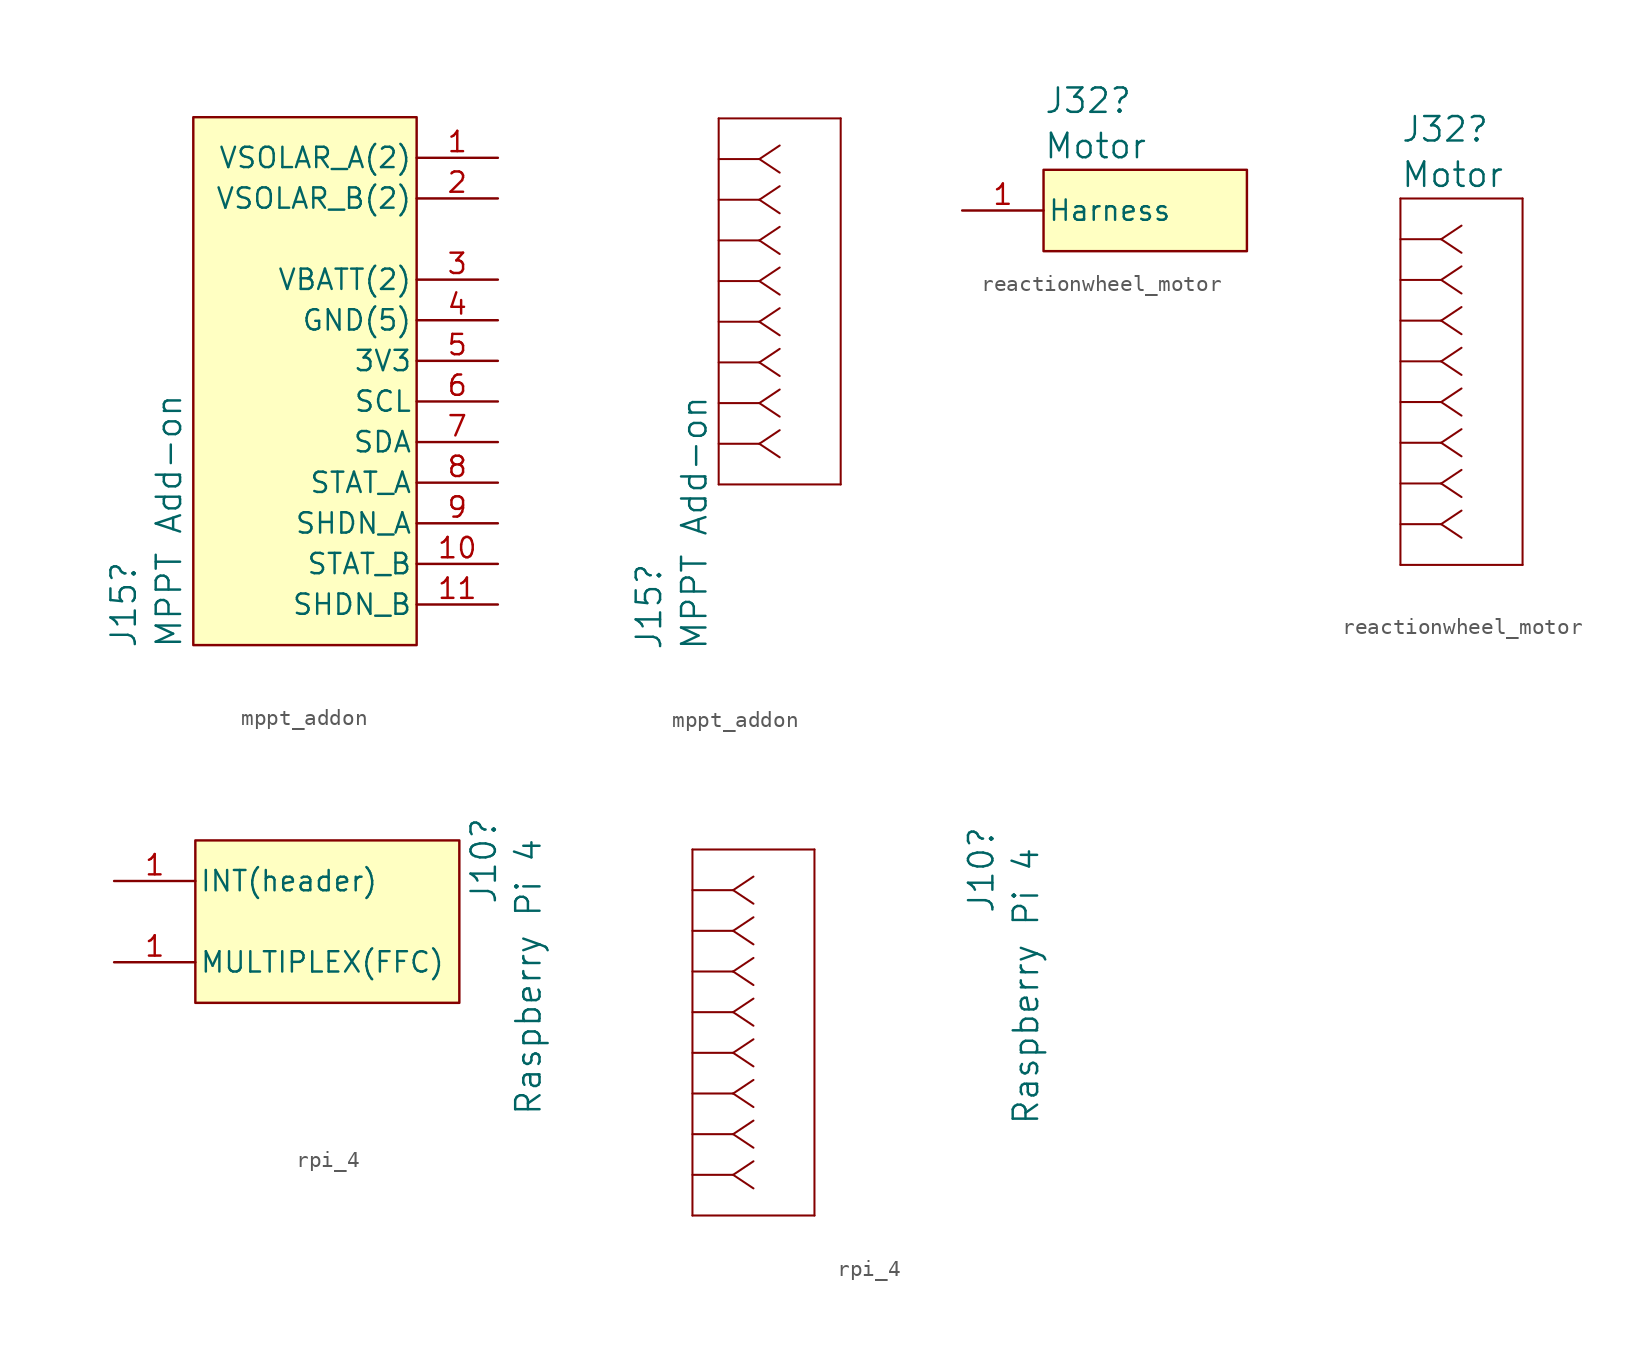
<source format=kicad_sym>
(kicad_symbol_lib
  (version 20241209)
  (generator "kicad_symbol_editor")
  (generator_version "9.0")
  (symbol "mppt_addon"
    (pin_names
      (offset 0.254))
    (property "Reference" "J15"
      (at 0.723 -30.734 90)
      (effects (font (size 1.524 1.524)) (justify left)))
    (property "Value" "MPPT Add-on"
      (at 3.556 -30.734 90)
      (effects (font (size 1.524 1.524)) (justify left)))
    (symbol "mppt_addon_1_1"
      (rectangle (start 5.08 2.54) (end 19.05 -30.48) (stroke (width 0) (type default)) (fill (type background)))
      (pin passive line (at 24.13 0 180) (length 5.08) (name "VSOLAR_A(2)" (effects (font (size 1.27 1.27)))) (number "1" (effects (font (size 1.27 1.27)))))
      (pin passive line (at 24.13 -2.54 180) (length 5.08) (name "VSOLAR_B(2)" (effects (font (size 1.27 1.27)))) (number "2" (effects (font (size 1.27 1.27)))))
      (pin passive line (at 24.13 -7.62 180) (length 5.08) (name "VBATT(2)" (effects (font (size 1.27 1.27)))) (number "3" (effects (font (size 1.27 1.27)))))
      (pin passive line (at 24.13 -10.16 180) (length 5.08) (name "GND(5)" (effects (font (size 1.27 1.27)))) (number "4" (effects (font (size 1.27 1.27)))))
      (pin passive line (at 24.13 -12.7 180) (length 5.08) (name "3V3" (effects (font (size 1.27 1.27)))) (number "5" (effects (font (size 1.27 1.27)))))
      (pin passive line (at 24.13 -15.24 180) (length 5.08) (name "SCL" (effects (font (size 1.27 1.27)))) (number "6" (effects (font (size 1.27 1.27)))))
      (pin passive line (at 24.13 -17.78 180) (length 5.08) (name "SDA" (effects (font (size 1.27 1.27)))) (number "7" (effects (font (size 1.27 1.27)))))
      (pin passive line (at 24.13 -20.32 180) (length 5.08) (name "STAT_A" (effects (font (size 1.27 1.27)))) (number "8" (effects (font (size 1.27 1.27)))))
      (pin passive line (at 24.13 -22.86 180) (length 5.08) (name "SHDN_A" (effects (font (size 1.27 1.27)))) (number "9" (effects (font (size 1.27 1.27)))))
      (pin passive line (at 24.13 -25.4 180) (length 5.08) (name "STAT_B" (effects (font (size 1.27 1.27)))) (number "10" (effects (font (size 1.27 1.27)))))
      (pin passive line (at 24.13 -27.94 180) (length 5.08) (name "SHDN_B" (effects (font (size 1.27 1.27)))) (number "11" (effects (font (size 1.27 1.27))))))
    (symbol "mppt_addon_1_2"
      (polyline (pts (xy 5.08 2.54) (xy 5.08 -20.32)) (stroke (width 0.127) (type default)) (fill (type none)))
      (polyline (pts (xy 5.08 -20.32) (xy 12.7 -20.32)) (stroke (width 0.127) (type default)) (fill (type none)))
      (polyline (pts (xy 7.62 0) (xy 5.08 0)) (stroke (width 0.127) (type default)) (fill (type none)))
      (polyline (pts (xy 7.62 0) (xy 8.89 0.847)) (stroke (width 0.127) (type default)) (fill (type none)))
      (polyline (pts (xy 7.62 0) (xy 8.89 -0.847)) (stroke (width 0.127) (type default)) (fill (type none)))
      (polyline (pts (xy 7.62 -2.54) (xy 5.08 -2.54)) (stroke (width 0.127) (type default)) (fill (type none)))
      (polyline (pts (xy 7.62 -2.54) (xy 8.89 -1.693)) (stroke (width 0.127) (type default)) (fill (type none)))
      (polyline (pts (xy 7.62 -2.54) (xy 8.89 -3.387)) (stroke (width 0.127) (type default)) (fill (type none)))
      (polyline (pts (xy 7.62 -5.08) (xy 5.08 -5.08)) (stroke (width 0.127) (type default)) (fill (type none)))
      (polyline (pts (xy 7.62 -5.08) (xy 8.89 -4.233)) (stroke (width 0.127) (type default)) (fill (type none)))
      (polyline (pts (xy 7.62 -5.08) (xy 8.89 -5.927)) (stroke (width 0.127) (type default)) (fill (type none)))
      (polyline (pts (xy 7.62 -7.62) (xy 5.08 -7.62)) (stroke (width 0.127) (type default)) (fill (type none)))
      (polyline (pts (xy 7.62 -7.62) (xy 8.89 -6.773)) (stroke (width 0.127) (type default)) (fill (type none)))
      (polyline (pts (xy 7.62 -7.62) (xy 8.89 -8.467)) (stroke (width 0.127) (type default)) (fill (type none)))
      (polyline (pts (xy 7.62 -10.16) (xy 5.08 -10.16)) (stroke (width 0.127) (type default)) (fill (type none)))
      (polyline (pts (xy 7.62 -10.16) (xy 8.89 -9.313)) (stroke (width 0.127) (type default)) (fill (type none)))
      (polyline (pts (xy 7.62 -10.16) (xy 8.89 -11.007)) (stroke (width 0.127) (type default)) (fill (type none)))
      (polyline (pts (xy 7.62 -12.7) (xy 5.08 -12.7)) (stroke (width 0.127) (type default)) (fill (type none)))
      (polyline (pts (xy 7.62 -12.7) (xy 8.89 -11.853)) (stroke (width 0.127) (type default)) (fill (type none)))
      (polyline (pts (xy 7.62 -12.7) (xy 8.89 -13.547)) (stroke (width 0.127) (type default)) (fill (type none)))
      (polyline (pts (xy 7.62 -15.24) (xy 5.08 -15.24)) (stroke (width 0.127) (type default)) (fill (type none)))
      (polyline (pts (xy 7.62 -15.24) (xy 8.89 -14.393)) (stroke (width 0.127) (type default)) (fill (type none)))
      (polyline (pts (xy 7.62 -15.24) (xy 8.89 -16.087)) (stroke (width 0.127) (type default)) (fill (type none)))
      (polyline (pts (xy 7.62 -17.78) (xy 5.08 -17.78)) (stroke (width 0.127) (type default)) (fill (type none)))
      (polyline (pts (xy 7.62 -17.78) (xy 8.89 -16.933)) (stroke (width 0.127) (type default)) (fill (type none)))
      (polyline (pts (xy 7.62 -17.78) (xy 8.89 -18.627)) (stroke (width 0.127) (type default)) (fill (type none)))
      (polyline (pts (xy 12.7 2.54) (xy 5.08 2.54)) (stroke (width 0.127) (type default)) (fill (type none)))
      (polyline (pts (xy 12.7 -20.32) (xy 12.7 2.54)) (stroke (width 0.127) (type default)) (fill (type none)))))
  (symbol "reactionwheel_motor"
    (pin_names
      (offset 0.254))
    (property "Reference" "J32"
      (at 5.08 6.858 0)
      (effects (font (size 1.524 1.524)) (justify left)))
    (property "Value" "Motor"
      (at 5.08 4.025 0)
      (effects (font (size 1.524 1.524)) (justify left)))
    (symbol "reactionwheel_motor_1_1"
      (rectangle (start 5.08 2.54) (end 17.78 -2.54) (stroke (width 0) (type default)) (fill (type background)))
      (pin passive line (at 0 0 0) (length 5.08) (name "Harness" (effects (font (size 1.27 1.27)))) (number "1" (effects (font (size 1.27 1.27))))))
    (symbol "reactionwheel_motor_1_2"
      (polyline (pts (xy 5.08 2.54) (xy 5.08 -20.32)) (stroke (width 0.127) (type default)) (fill (type none)))
      (polyline (pts (xy 5.08 -20.32) (xy 12.7 -20.32)) (stroke (width 0.127) (type default)) (fill (type none)))
      (polyline (pts (xy 7.62 0) (xy 5.08 0)) (stroke (width 0.127) (type default)) (fill (type none)))
      (polyline (pts (xy 7.62 0) (xy 8.89 0.847)) (stroke (width 0.127) (type default)) (fill (type none)))
      (polyline (pts (xy 7.62 0) (xy 8.89 -0.847)) (stroke (width 0.127) (type default)) (fill (type none)))
      (polyline (pts (xy 7.62 -2.54) (xy 5.08 -2.54)) (stroke (width 0.127) (type default)) (fill (type none)))
      (polyline (pts (xy 7.62 -2.54) (xy 8.89 -1.693)) (stroke (width 0.127) (type default)) (fill (type none)))
      (polyline (pts (xy 7.62 -2.54) (xy 8.89 -3.387)) (stroke (width 0.127) (type default)) (fill (type none)))
      (polyline (pts (xy 7.62 -5.08) (xy 5.08 -5.08)) (stroke (width 0.127) (type default)) (fill (type none)))
      (polyline (pts (xy 7.62 -5.08) (xy 8.89 -4.233)) (stroke (width 0.127) (type default)) (fill (type none)))
      (polyline (pts (xy 7.62 -5.08) (xy 8.89 -5.927)) (stroke (width 0.127) (type default)) (fill (type none)))
      (polyline (pts (xy 7.62 -7.62) (xy 5.08 -7.62)) (stroke (width 0.127) (type default)) (fill (type none)))
      (polyline (pts (xy 7.62 -7.62) (xy 8.89 -6.773)) (stroke (width 0.127) (type default)) (fill (type none)))
      (polyline (pts (xy 7.62 -7.62) (xy 8.89 -8.467)) (stroke (width 0.127) (type default)) (fill (type none)))
      (polyline (pts (xy 7.62 -10.16) (xy 5.08 -10.16)) (stroke (width 0.127) (type default)) (fill (type none)))
      (polyline (pts (xy 7.62 -10.16) (xy 8.89 -9.313)) (stroke (width 0.127) (type default)) (fill (type none)))
      (polyline (pts (xy 7.62 -10.16) (xy 8.89 -11.007)) (stroke (width 0.127) (type default)) (fill (type none)))
      (polyline (pts (xy 7.62 -12.7) (xy 5.08 -12.7)) (stroke (width 0.127) (type default)) (fill (type none)))
      (polyline (pts (xy 7.62 -12.7) (xy 8.89 -11.853)) (stroke (width 0.127) (type default)) (fill (type none)))
      (polyline (pts (xy 7.62 -12.7) (xy 8.89 -13.547)) (stroke (width 0.127) (type default)) (fill (type none)))
      (polyline (pts (xy 7.62 -15.24) (xy 5.08 -15.24)) (stroke (width 0.127) (type default)) (fill (type none)))
      (polyline (pts (xy 7.62 -15.24) (xy 8.89 -14.393)) (stroke (width 0.127) (type default)) (fill (type none)))
      (polyline (pts (xy 7.62 -15.24) (xy 8.89 -16.087)) (stroke (width 0.127) (type default)) (fill (type none)))
      (polyline (pts (xy 7.62 -17.78) (xy 5.08 -17.78)) (stroke (width 0.127) (type default)) (fill (type none)))
      (polyline (pts (xy 7.62 -17.78) (xy 8.89 -16.933)) (stroke (width 0.127) (type default)) (fill (type none)))
      (polyline (pts (xy 7.62 -17.78) (xy 8.89 -18.627)) (stroke (width 0.127) (type default)) (fill (type none)))
      (polyline (pts (xy 12.7 2.54) (xy 5.08 2.54)) (stroke (width 0.127) (type default)) (fill (type none)))
      (polyline (pts (xy 12.7 -20.32) (xy 12.7 2.54)) (stroke (width 0.127) (type default)) (fill (type none)))))
  (symbol "rpi_4"
    (pin_names
      (offset 0.254))
    (property "Reference" "J10"
      (at 23.114 -1.524 90)
      (effects (font (size 1.524 1.524)) (justify left)))
    (property "Value" "Raspberry Pi 4"
      (at 25.908 -14.732 90)
      (effects (font (size 1.524 1.524)) (justify left)))
    (symbol "rpi_4_1_1"
      (rectangle (start 5.08 2.54) (end 21.59 -7.62) (stroke (width 0) (type default)) (fill (type background)))
      (pin passive line (at 0 0 0) (length 5.08) (name "INT(header)" (effects (font (size 1.27 1.27)))) (number "1" (effects (font (size 1.27 1.27)))))
      (pin passive line (at 0 -5.08 0) (length 5.08) (name "MULTIPLEX(FFC)" (effects (font (size 1.27 1.27)))) (number "1" (effects (font (size 1.27 1.27))))))
    (symbol "rpi_4_1_2"
      (polyline (pts (xy 5.08 2.54) (xy 5.08 -20.32)) (stroke (width 0.127) (type default)) (fill (type none)))
      (polyline (pts (xy 5.08 -20.32) (xy 12.7 -20.32)) (stroke (width 0.127) (type default)) (fill (type none)))
      (polyline (pts (xy 7.62 0) (xy 5.08 0)) (stroke (width 0.127) (type default)) (fill (type none)))
      (polyline (pts (xy 7.62 0) (xy 8.89 0.847)) (stroke (width 0.127) (type default)) (fill (type none)))
      (polyline (pts (xy 7.62 0) (xy 8.89 -0.847)) (stroke (width 0.127) (type default)) (fill (type none)))
      (polyline (pts (xy 7.62 -2.54) (xy 5.08 -2.54)) (stroke (width 0.127) (type default)) (fill (type none)))
      (polyline (pts (xy 7.62 -2.54) (xy 8.89 -1.693)) (stroke (width 0.127) (type default)) (fill (type none)))
      (polyline (pts (xy 7.62 -2.54) (xy 8.89 -3.387)) (stroke (width 0.127) (type default)) (fill (type none)))
      (polyline (pts (xy 7.62 -5.08) (xy 5.08 -5.08)) (stroke (width 0.127) (type default)) (fill (type none)))
      (polyline (pts (xy 7.62 -5.08) (xy 8.89 -4.233)) (stroke (width 0.127) (type default)) (fill (type none)))
      (polyline (pts (xy 7.62 -5.08) (xy 8.89 -5.927)) (stroke (width 0.127) (type default)) (fill (type none)))
      (polyline (pts (xy 7.62 -7.62) (xy 5.08 -7.62)) (stroke (width 0.127) (type default)) (fill (type none)))
      (polyline (pts (xy 7.62 -7.62) (xy 8.89 -6.773)) (stroke (width 0.127) (type default)) (fill (type none)))
      (polyline (pts (xy 7.62 -7.62) (xy 8.89 -8.467)) (stroke (width 0.127) (type default)) (fill (type none)))
      (polyline (pts (xy 7.62 -10.16) (xy 5.08 -10.16)) (stroke (width 0.127) (type default)) (fill (type none)))
      (polyline (pts (xy 7.62 -10.16) (xy 8.89 -9.313)) (stroke (width 0.127) (type default)) (fill (type none)))
      (polyline (pts (xy 7.62 -10.16) (xy 8.89 -11.007)) (stroke (width 0.127) (type default)) (fill (type none)))
      (polyline (pts (xy 7.62 -12.7) (xy 5.08 -12.7)) (stroke (width 0.127) (type default)) (fill (type none)))
      (polyline (pts (xy 7.62 -12.7) (xy 8.89 -11.853)) (stroke (width 0.127) (type default)) (fill (type none)))
      (polyline (pts (xy 7.62 -12.7) (xy 8.89 -13.547)) (stroke (width 0.127) (type default)) (fill (type none)))
      (polyline (pts (xy 7.62 -15.24) (xy 5.08 -15.24)) (stroke (width 0.127) (type default)) (fill (type none)))
      (polyline (pts (xy 7.62 -15.24) (xy 8.89 -14.393)) (stroke (width 0.127) (type default)) (fill (type none)))
      (polyline (pts (xy 7.62 -15.24) (xy 8.89 -16.087)) (stroke (width 0.127) (type default)) (fill (type none)))
      (polyline (pts (xy 7.62 -17.78) (xy 5.08 -17.78)) (stroke (width 0.127) (type default)) (fill (type none)))
      (polyline (pts (xy 7.62 -17.78) (xy 8.89 -16.933)) (stroke (width 0.127) (type default)) (fill (type none)))
      (polyline (pts (xy 7.62 -17.78) (xy 8.89 -18.627)) (stroke (width 0.127) (type default)) (fill (type none)))
      (polyline (pts (xy 12.7 2.54) (xy 5.08 2.54)) (stroke (width 0.127) (type default)) (fill (type none)))
      (polyline (pts (xy 12.7 -20.32) (xy 12.7 2.54)) (stroke (width 0.127) (type default)) (fill (type none))))))
</source>
